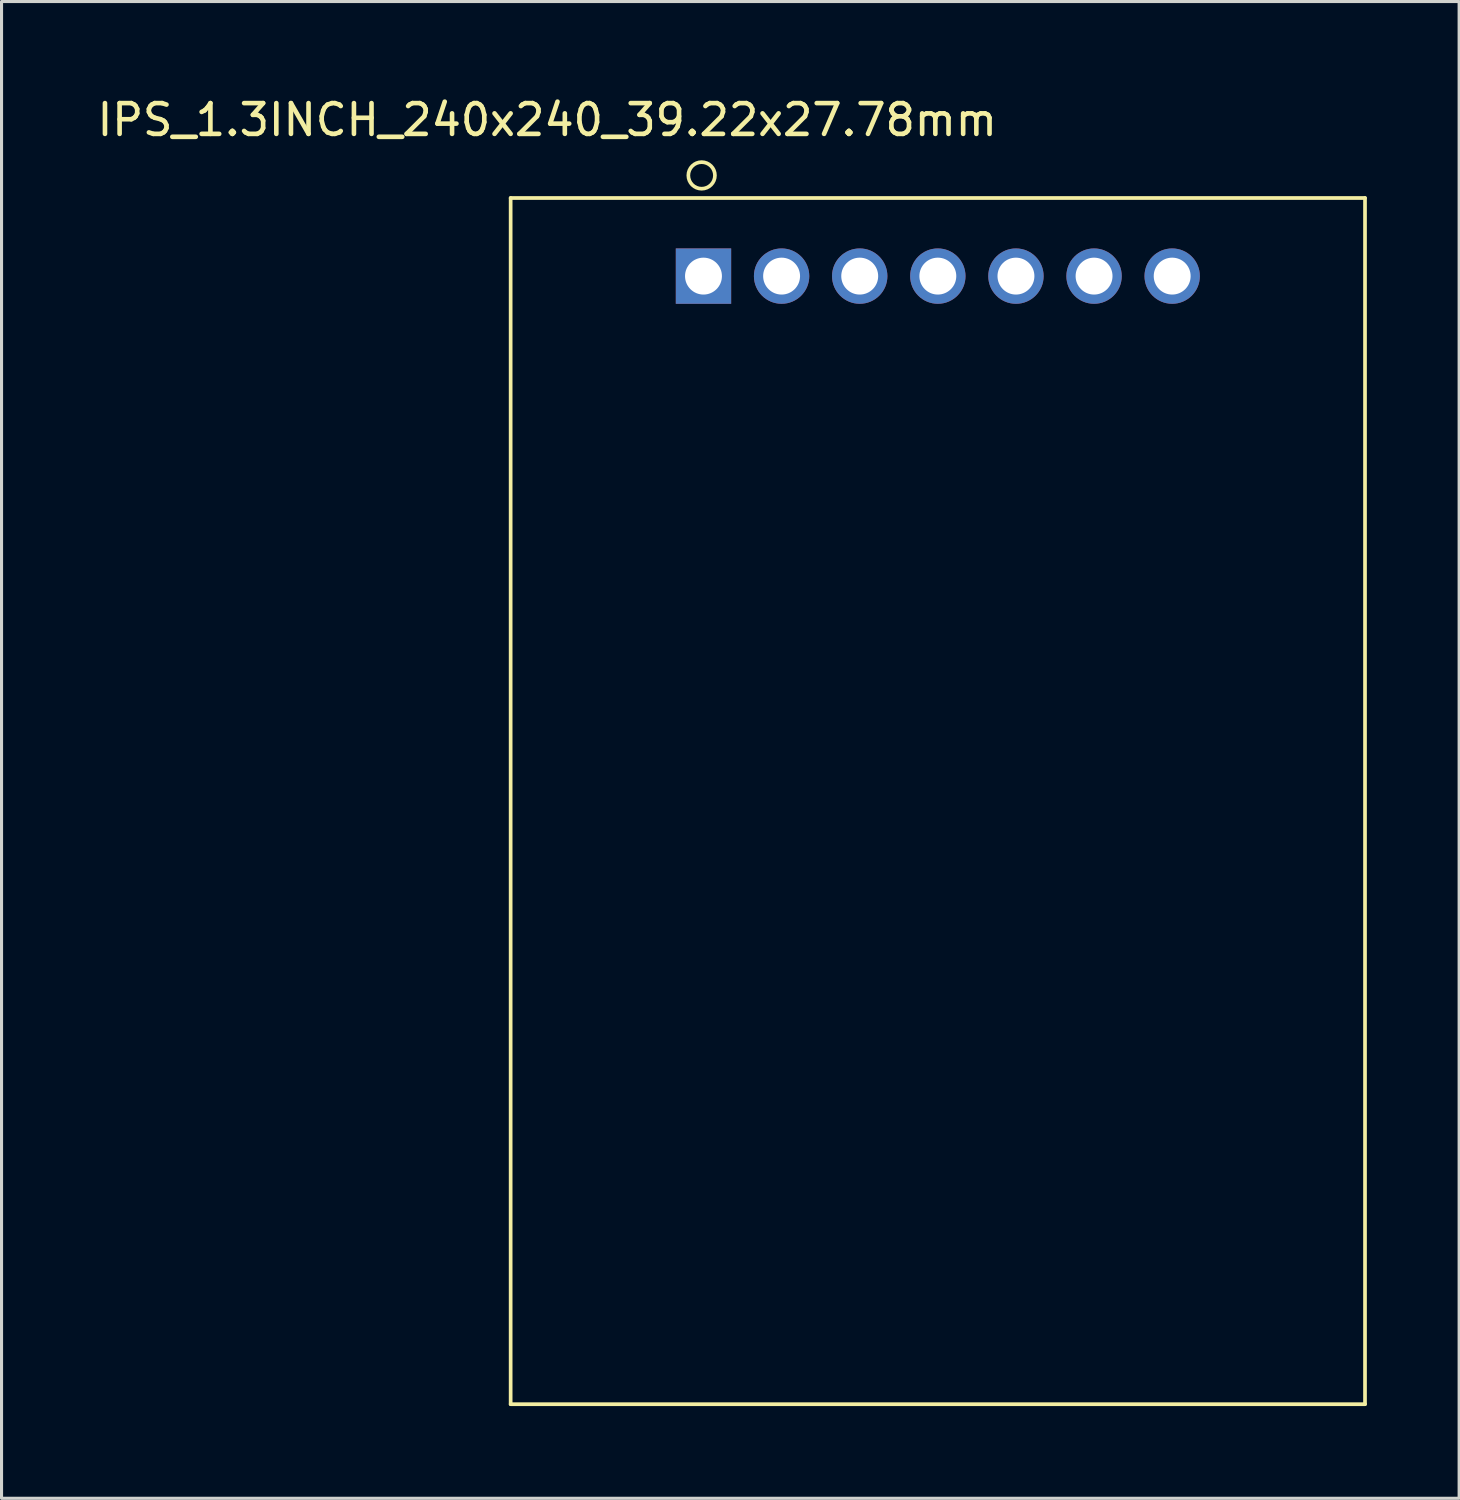
<source format=kicad_pcb>
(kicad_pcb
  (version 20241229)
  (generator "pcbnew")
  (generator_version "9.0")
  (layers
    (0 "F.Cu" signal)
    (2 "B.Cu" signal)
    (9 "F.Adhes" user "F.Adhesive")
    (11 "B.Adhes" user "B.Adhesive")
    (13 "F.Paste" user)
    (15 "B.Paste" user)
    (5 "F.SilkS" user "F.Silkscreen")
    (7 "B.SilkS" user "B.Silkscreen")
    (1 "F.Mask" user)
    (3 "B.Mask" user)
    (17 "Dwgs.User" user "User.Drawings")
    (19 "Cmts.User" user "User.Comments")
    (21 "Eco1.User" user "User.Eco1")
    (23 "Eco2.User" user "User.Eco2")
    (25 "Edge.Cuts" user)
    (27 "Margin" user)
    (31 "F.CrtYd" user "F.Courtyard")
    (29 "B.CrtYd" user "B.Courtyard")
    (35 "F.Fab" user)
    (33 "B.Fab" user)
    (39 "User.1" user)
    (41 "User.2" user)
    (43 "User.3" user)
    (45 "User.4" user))
  (footprint "IPS_1.3INCH_240x240_39.22x27.78mm"
    (layer "F.Cu")
    (at 27.444 5.928)
    (property "Reference" "IPS_1.3INCH_240x240_39.22x27.78mm" (at -12.7 -5.08 0) (layer "F.SilkS") (effects (font (size 1 1) (thickness 0.15))))
    (attr through_hole)
    (fp_line (start -13.89 -2.54) (end 13.89 -2.54) (stroke (width 0.12) (type solid)) (layer "F.SilkS"))
    (fp_line (start -13.89 36.68) (end -13.89 -2.54) (stroke (width 0.12) (type solid)) (layer "F.SilkS"))
    (fp_line (start 13.89 -2.54) (end 13.89 36.68) (stroke (width 0.12) (type solid)) (layer "F.SilkS"))
    (fp_line (start 13.89 36.68) (end -13.89 36.68) (stroke (width 0.12) (type solid)) (layer "F.SilkS"))
    (fp_circle (center -7.68 -3.274) (end -7.902 -3.645) (stroke (width 0.12) (type solid)) (fill no) (layer "F.SilkS"))
    (pad "1" thru_hole rect (at -7.62 0) (size 1.8 1.8) (drill 1.2) (layers "*.Cu" "*.Mask"))
    (pad "2" thru_hole circle (at -5.08 0) (size 1.8 1.8) (drill 1.2) (layers "*.Cu" "*.Mask"))
    (pad "3" thru_hole circle (at -2.54 0) (size 1.8 1.8) (drill 1.2) (layers "*.Cu" "*.Mask" "B.Paste"))
    (pad "4" thru_hole circle (at 0 0) (size 1.8 1.8) (drill 1.2) (layers "*.Cu" "*.Mask"))
    (pad "5" thru_hole circle (at 2.54 0) (size 1.8 1.8) (drill 1.2) (layers "*.Cu" "*.Mask"))
    (pad "6" thru_hole circle (at 5.08 0) (size 1.8 1.8) (drill 1.2) (layers "*.Cu" "*.Mask"))
    (pad "7" thru_hole circle (at 7.62 0) (size 1.8 1.8) (drill 1.2) (layers "*.Cu" "*.Mask")))
  (gr_rect
    (start -3 -3)
    (end 44.394 45.668)
    (stroke (width 0.1) (type default))
    (fill no)
    (layer "Edge.Cuts")))
</source>
